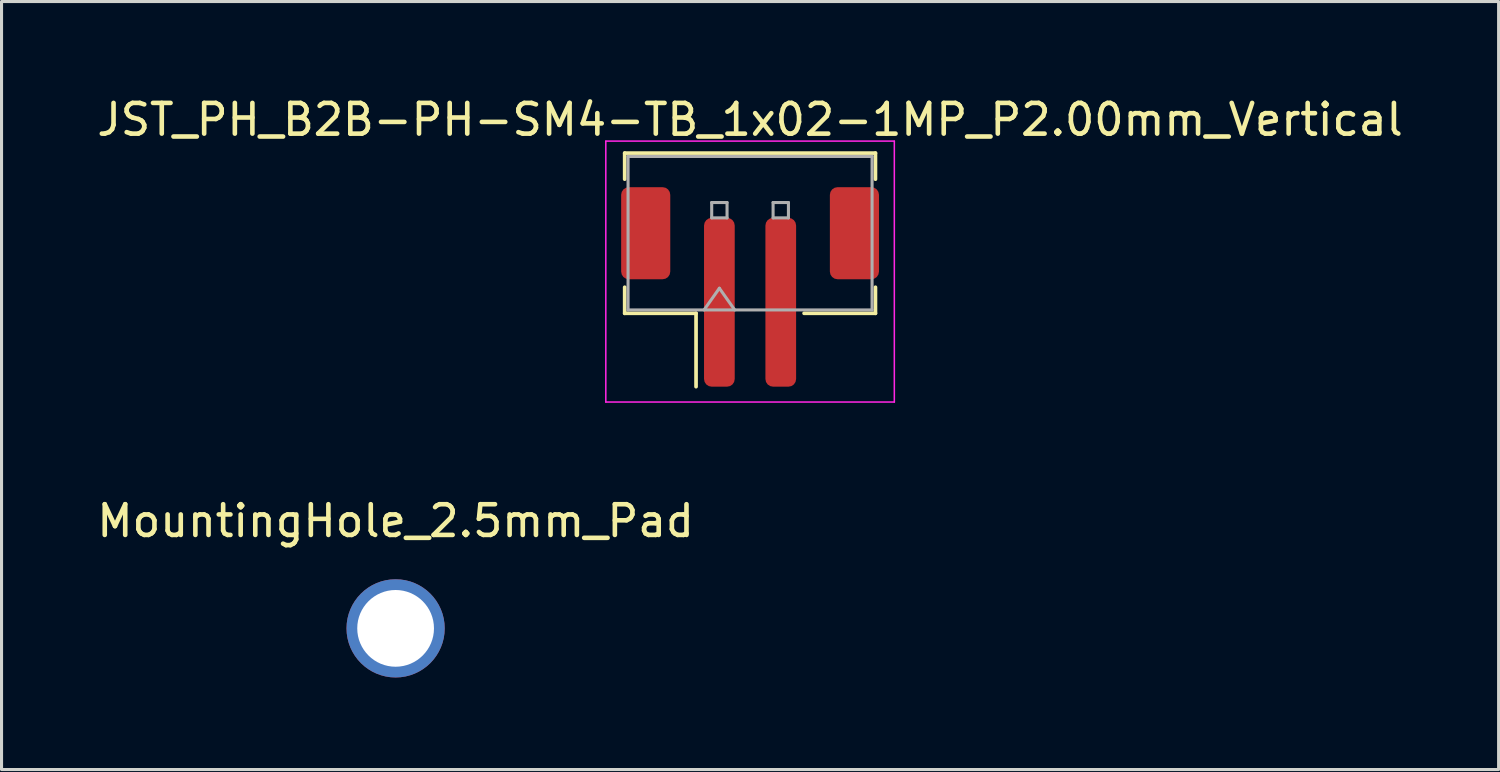
<source format=kicad_pcb>
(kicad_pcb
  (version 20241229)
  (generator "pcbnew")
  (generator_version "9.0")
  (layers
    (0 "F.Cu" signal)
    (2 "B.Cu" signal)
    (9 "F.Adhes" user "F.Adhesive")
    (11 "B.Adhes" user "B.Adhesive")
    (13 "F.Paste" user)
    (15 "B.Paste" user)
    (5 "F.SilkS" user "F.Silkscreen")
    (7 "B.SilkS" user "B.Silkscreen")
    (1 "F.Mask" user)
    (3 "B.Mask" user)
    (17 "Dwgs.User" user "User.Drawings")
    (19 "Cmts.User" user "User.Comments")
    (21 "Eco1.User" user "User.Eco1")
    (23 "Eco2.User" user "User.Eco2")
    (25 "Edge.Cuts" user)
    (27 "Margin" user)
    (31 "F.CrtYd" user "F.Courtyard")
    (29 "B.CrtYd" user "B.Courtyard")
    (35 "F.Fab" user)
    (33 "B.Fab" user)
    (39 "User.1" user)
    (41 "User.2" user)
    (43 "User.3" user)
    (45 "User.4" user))
  (footprint "JST_PH_B2B-PH-SM4-TB_1x02-1MP_P2.00mm_Vertical"
    (layer "F.Cu")
    (at 21.387 6.298)
    (property "Reference" "JST_PH_B2B-PH-SM4-TB_1x02-1MP_P2.00mm_Vertical" (at 0 -5.45 0) (layer "F.SilkS") (effects (font (size 1 1) (thickness 0.15))))
    (attr smd)
    (fp_line (start -4.085 -4.36) (end 4.085 -4.36) (stroke (width 0.12) (type solid)) (layer "F.SilkS"))
    (fp_line (start -4.085 -3.51) (end -4.085 -4.36) (stroke (width 0.12) (type solid)) (layer "F.SilkS"))
    (fp_line (start -4.085 0.01) (end -4.085 0.86) (stroke (width 0.12) (type solid)) (layer "F.SilkS"))
    (fp_line (start -4.085 0.86) (end -1.76 0.86) (stroke (width 0.12) (type solid)) (layer "F.SilkS"))
    (fp_line (start -1.76 0.86) (end -1.76 3.25) (stroke (width 0.12) (type solid)) (layer "F.SilkS"))
    (fp_line (start 4.085 -4.36) (end 4.085 -3.51) (stroke (width 0.12) (type solid)) (layer "F.SilkS"))
    (fp_line (start 4.085 0.01) (end 4.085 0.86) (stroke (width 0.12) (type solid)) (layer "F.SilkS"))
    (fp_line (start 4.085 0.86) (end 1.76 0.86) (stroke (width 0.12) (type solid)) (layer "F.SilkS"))
    (fp_line (start -4.7 -4.75) (end -4.7 3.75) (stroke (width 0.05) (type solid)) (layer "F.CrtYd"))
    (fp_line (start -4.7 3.75) (end 4.7 3.75) (stroke (width 0.05) (type solid)) (layer "F.CrtYd"))
    (fp_line (start 4.7 -4.75) (end -4.7 -4.75) (stroke (width 0.05) (type solid)) (layer "F.CrtYd"))
    (fp_line (start 4.7 3.75) (end 4.7 -4.75) (stroke (width 0.05) (type solid)) (layer "F.CrtYd"))
    (fp_line (start -3.975 -4.25) (end 3.975 -4.25) (stroke (width 0.1) (type solid)) (layer "F.Fab"))
    (fp_line (start -3.975 0.75) (end -3.975 -4.25) (stroke (width 0.1) (type solid)) (layer "F.Fab"))
    (fp_line (start -3.975 0.75) (end 3.975 0.75) (stroke (width 0.1) (type solid)) (layer "F.Fab"))
    (fp_line (start -1.5 0.75) (end -1 0.043) (stroke (width 0.1) (type solid)) (layer "F.Fab"))
    (fp_line (start -1.25 -2.75) (end -1.25 -2.25) (stroke (width 0.1) (type solid)) (layer "F.Fab"))
    (fp_line (start -1.25 -2.25) (end -0.75 -2.25) (stroke (width 0.1) (type solid)) (layer "F.Fab"))
    (fp_line (start -1 0.043) (end -0.5 0.75) (stroke (width 0.1) (type solid)) (layer "F.Fab"))
    (fp_line (start -0.75 -2.75) (end -1.25 -2.75) (stroke (width 0.1) (type solid)) (layer "F.Fab"))
    (fp_line (start -0.75 -2.25) (end -0.75 -2.75) (stroke (width 0.1) (type solid)) (layer "F.Fab"))
    (fp_line (start 0.75 -2.75) (end 0.75 -2.25) (stroke (width 0.1) (type solid)) (layer "F.Fab"))
    (fp_line (start 0.75 -2.25) (end 1.25 -2.25) (stroke (width 0.1) (type solid)) (layer "F.Fab"))
    (fp_line (start 1.25 -2.75) (end 0.75 -2.75) (stroke (width 0.1) (type solid)) (layer "F.Fab"))
    (fp_line (start 1.25 -2.25) (end 1.25 -2.75) (stroke (width 0.1) (type solid)) (layer "F.Fab"))
    (fp_line (start 3.975 0.75) (end 3.975 -4.25) (stroke (width 0.1) (type solid)) (layer "F.Fab"))
    (pad "1" smd roundrect (at -1 0.5) (size 1 5.5) (layers "F.Cu" "F.Mask" "F.Paste") (roundrect_rratio 0.25))
    (pad "2" smd roundrect (at 1 0.5) (size 1 5.5) (layers "F.Cu" "F.Mask" "F.Paste") (roundrect_rratio 0.25))
    (pad "MP" smd roundrect (at -3.4 -1.75) (size 1.6 3) (layers "F.Cu" "F.Mask" "F.Paste") (roundrect_rratio 0.156))
    (pad "MP" smd roundrect (at 3.4 -1.75) (size 1.6 3) (layers "F.Cu" "F.Mask" "F.Paste") (roundrect_rratio 0.156)))
  (footprint "MountingHole_2.5mm_Pad"
    (layer "F.Cu")
    (at 9.839 17.422)
    (property "Reference" "MountingHole_2.5mm_Pad" (at 0 -3.5 0) (layer "F.SilkS") (effects (font (size 1 1) (thickness 0.15))))
    (attr exclude_from_pos_files exclude_from_bom)
    (pad "" thru_hole circle (at 0 0) (size 3.2 3.2) (drill 2.5) (layers "*.Cu" "*.Mask")))
  (gr_rect
    (start -3 -3)
    (end 45.774 22.021)
    (stroke (width 0.1) (type default))
    (fill no)
    (layer "Edge.Cuts")))
</source>
